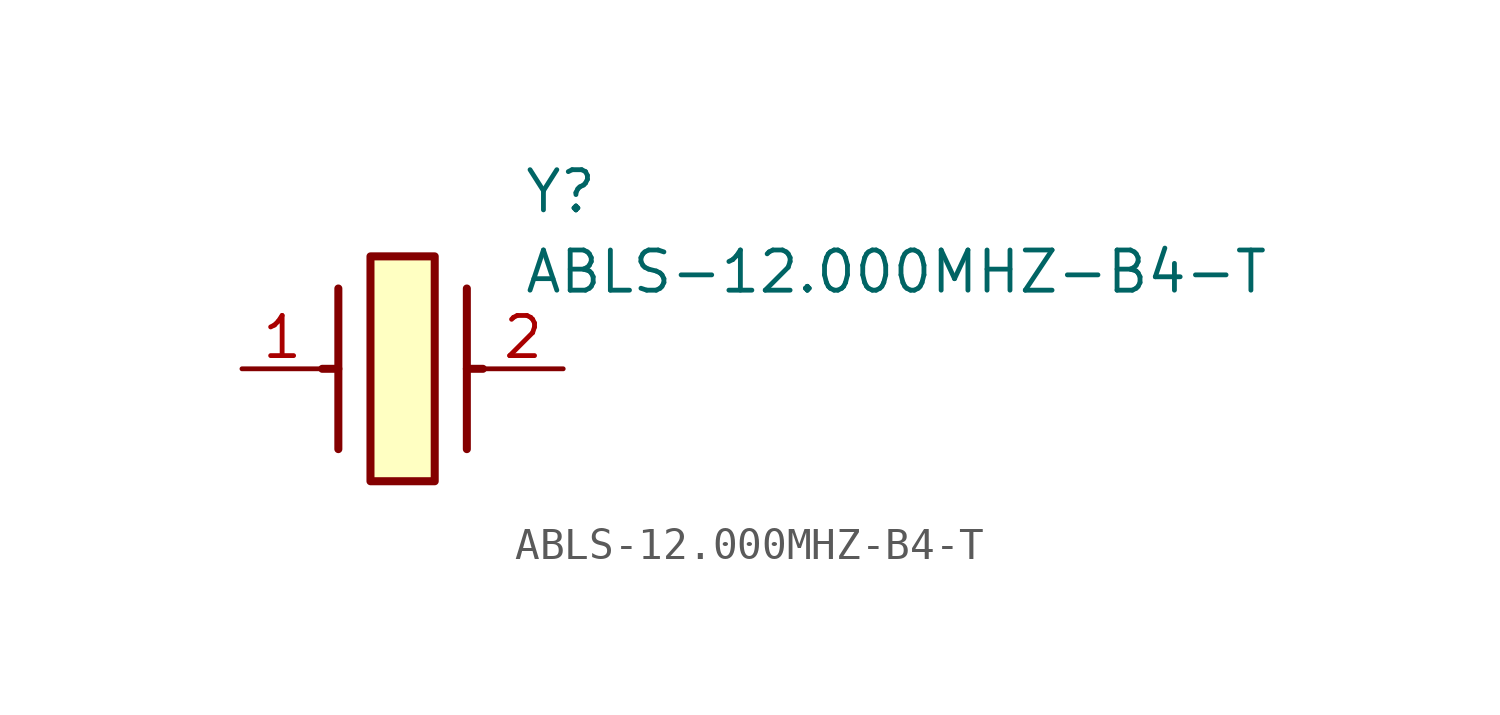
<source format=kicad_sym>
(kicad_symbol_lib
  (version 20211014)
  (generator SamacSys_ECAD_Model)
  (symbol "ABLS-12.000MHZ-B4-T"
    (pin_names hide)
    (property "Reference" "Y"
      (at 8.89 6.35 0)
      (effects (font (size 1.27 1.27)) (justify left top)))
    (property "Value" "ABLS-12.000MHZ-B4-T"
      (at 8.89 3.81 0)
      (effects (font (size 1.27 1.27)) (justify left top)))
    (rectangle
      (start 4.064 3.556)
      (end 6.096 -3.556)
      (stroke (width 0.254) (type default))
      (fill (type background)))
    (polyline
      (pts (xy 3.048 2.54) (xy 3.048 -2.54))
      (stroke (width 0.254) (type default))
      (fill (type none)))
    (polyline
      (pts (xy 7.112 2.54) (xy 7.112 -2.54))
      (stroke (width 0.254) (type default))
      (fill (type none)))
    (polyline
      (pts (xy 7.112 0) (xy 7.62 0))
      (stroke (width 0.254) (type default))
      (fill (type none)))
    (polyline
      (pts (xy 3.048 0) (xy 2.54 0))
      (stroke (width 0.254) (type default))
      (fill (type none)))
    (pin passive line
      (at 0 0 0)
      (length 2.54)
      (name "1" (effects (font (size 1.27 1.27))))
      (number "1" (effects (font (size 1.27 1.27)))))
    (pin passive line
      (at 10.16 0 180)
      (length 2.54)
      (name "2" (effects (font (size 1.27 1.27))))
      (number "2" (effects (font (size 1.27 1.27)))))))
</source>
